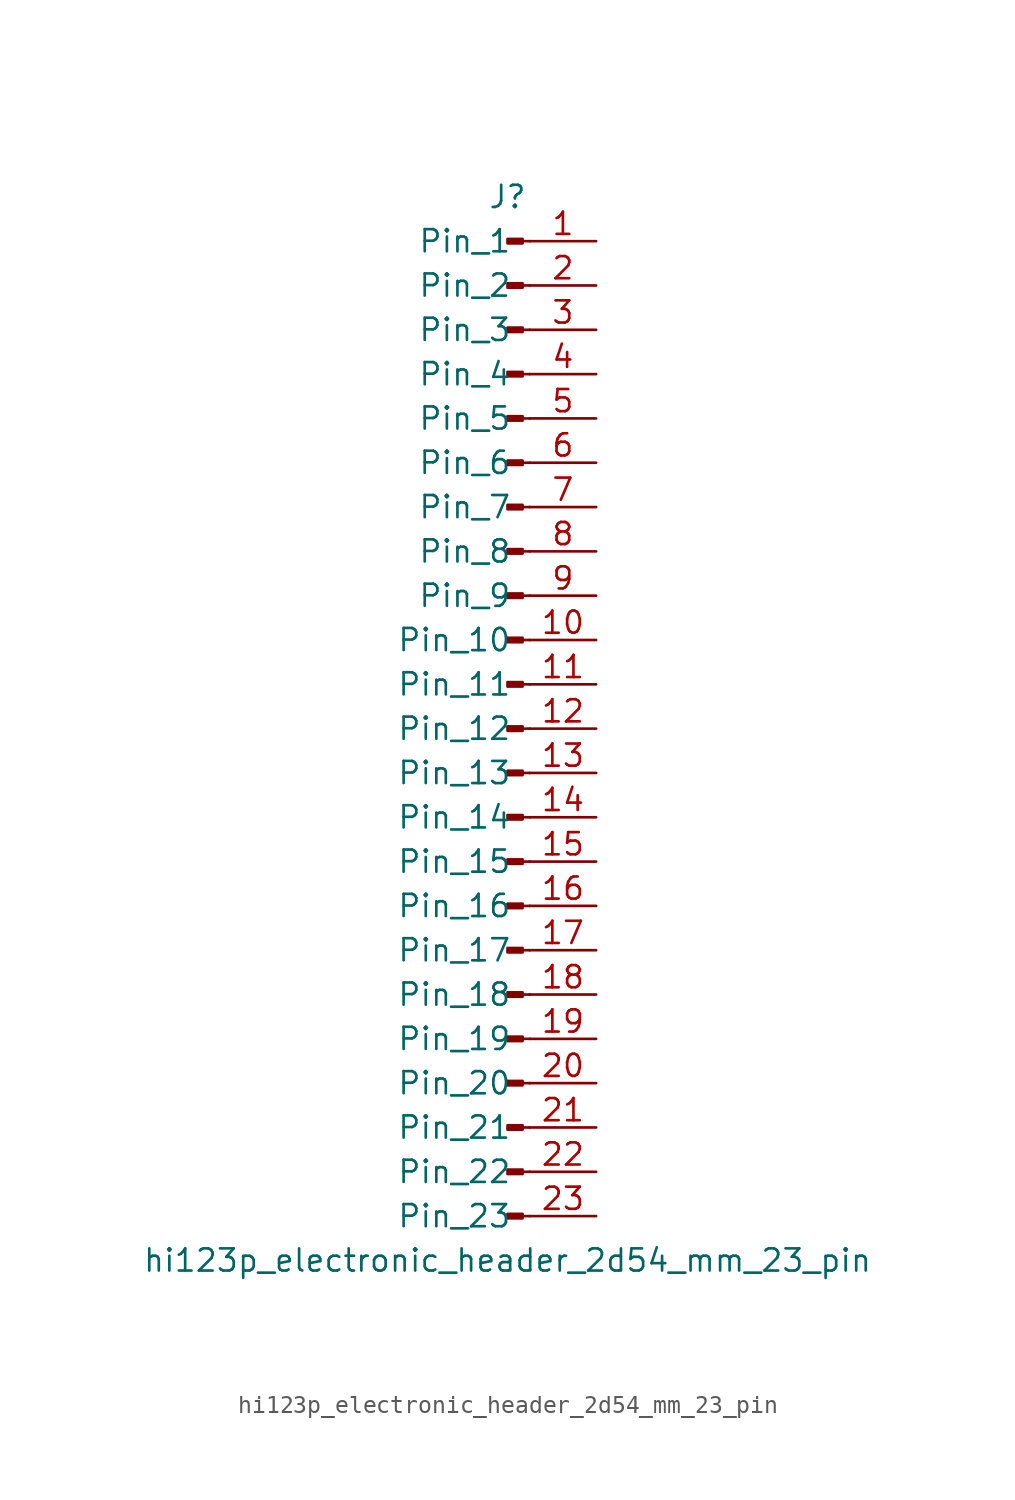
<source format=kicad_sym>
(kicad_symbol_lib
  (version 20220914)
  (generator kicad_symbol_editor)
  (symbol "hi123p_electronic_header_2d54_mm_23_pin"
    (pin_names
      (offset 1.016))
    (property "Reference" "J"
      (at 0 30.48 0)
      (effects (font (size 1.27 1.27))))
    (property "Value" "hi123p_electronic_header_2d54_mm_23_pin"
      (at 0 -30.48 0)
      (effects (font (size 1.27 1.27))))
    (property "ki_locked" ""
      (at 0 0 0)
      (effects (font (size 1.27 1.27))))
    (symbol "hi123p_electronic_header_2d54_mm_23_pin_1_1"
      (polyline (pts (xy 1.27 -27.94) (xy 0.864 -27.94)) (stroke (width 0.152) (type default)) (fill (type none)))
      (polyline (pts (xy 1.27 -25.4) (xy 0.864 -25.4)) (stroke (width 0.152) (type default)) (fill (type none)))
      (polyline (pts (xy 1.27 -22.86) (xy 0.864 -22.86)) (stroke (width 0.152) (type default)) (fill (type none)))
      (polyline (pts (xy 1.27 -20.32) (xy 0.864 -20.32)) (stroke (width 0.152) (type default)) (fill (type none)))
      (polyline (pts (xy 1.27 -17.78) (xy 0.864 -17.78)) (stroke (width 0.152) (type default)) (fill (type none)))
      (polyline (pts (xy 1.27 -15.24) (xy 0.864 -15.24)) (stroke (width 0.152) (type default)) (fill (type none)))
      (polyline (pts (xy 1.27 -12.7) (xy 0.864 -12.7)) (stroke (width 0.152) (type default)) (fill (type none)))
      (polyline (pts (xy 1.27 -10.16) (xy 0.864 -10.16)) (stroke (width 0.152) (type default)) (fill (type none)))
      (polyline (pts (xy 1.27 -7.62) (xy 0.864 -7.62)) (stroke (width 0.152) (type default)) (fill (type none)))
      (polyline (pts (xy 1.27 -5.08) (xy 0.864 -5.08)) (stroke (width 0.152) (type default)) (fill (type none)))
      (polyline (pts (xy 1.27 -2.54) (xy 0.864 -2.54)) (stroke (width 0.152) (type default)) (fill (type none)))
      (polyline (pts (xy 1.27 0) (xy 0.864 0)) (stroke (width 0.152) (type default)) (fill (type none)))
      (polyline (pts (xy 1.27 2.54) (xy 0.864 2.54)) (stroke (width 0.152) (type default)) (fill (type none)))
      (polyline (pts (xy 1.27 5.08) (xy 0.864 5.08)) (stroke (width 0.152) (type default)) (fill (type none)))
      (polyline (pts (xy 1.27 7.62) (xy 0.864 7.62)) (stroke (width 0.152) (type default)) (fill (type none)))
      (polyline (pts (xy 1.27 10.16) (xy 0.864 10.16)) (stroke (width 0.152) (type default)) (fill (type none)))
      (polyline (pts (xy 1.27 12.7) (xy 0.864 12.7)) (stroke (width 0.152) (type default)) (fill (type none)))
      (polyline (pts (xy 1.27 15.24) (xy 0.864 15.24)) (stroke (width 0.152) (type default)) (fill (type none)))
      (polyline (pts (xy 1.27 17.78) (xy 0.864 17.78)) (stroke (width 0.152) (type default)) (fill (type none)))
      (polyline (pts (xy 1.27 20.32) (xy 0.864 20.32)) (stroke (width 0.152) (type default)) (fill (type none)))
      (polyline (pts (xy 1.27 22.86) (xy 0.864 22.86)) (stroke (width 0.152) (type default)) (fill (type none)))
      (polyline (pts (xy 1.27 25.4) (xy 0.864 25.4)) (stroke (width 0.152) (type default)) (fill (type none)))
      (polyline (pts (xy 1.27 27.94) (xy 0.864 27.94)) (stroke (width 0.152) (type default)) (fill (type none)))
      (rectangle (start 0.864 -27.813) (end 0 -28.067) (stroke (width 0.152) (type default)) (fill (type outline)))
      (rectangle (start 0.864 -25.273) (end 0 -25.527) (stroke (width 0.152) (type default)) (fill (type outline)))
      (rectangle (start 0.864 -22.733) (end 0 -22.987) (stroke (width 0.152) (type default)) (fill (type outline)))
      (rectangle (start 0.864 -20.193) (end 0 -20.447) (stroke (width 0.152) (type default)) (fill (type outline)))
      (rectangle (start 0.864 -17.653) (end 0 -17.907) (stroke (width 0.152) (type default)) (fill (type outline)))
      (rectangle (start 0.864 -15.113) (end 0 -15.367) (stroke (width 0.152) (type default)) (fill (type outline)))
      (rectangle (start 0.864 -12.573) (end 0 -12.827) (stroke (width 0.152) (type default)) (fill (type outline)))
      (rectangle (start 0.864 -10.033) (end 0 -10.287) (stroke (width 0.152) (type default)) (fill (type outline)))
      (rectangle (start 0.864 -7.493) (end 0 -7.747) (stroke (width 0.152) (type default)) (fill (type outline)))
      (rectangle (start 0.864 -4.953) (end 0 -5.207) (stroke (width 0.152) (type default)) (fill (type outline)))
      (rectangle (start 0.864 -2.413) (end 0 -2.667) (stroke (width 0.152) (type default)) (fill (type outline)))
      (rectangle (start 0.864 0.127) (end 0 -0.127) (stroke (width 0.152) (type default)) (fill (type outline)))
      (rectangle (start 0.864 2.667) (end 0 2.413) (stroke (width 0.152) (type default)) (fill (type outline)))
      (rectangle (start 0.864 5.207) (end 0 4.953) (stroke (width 0.152) (type default)) (fill (type outline)))
      (rectangle (start 0.864 7.747) (end 0 7.493) (stroke (width 0.152) (type default)) (fill (type outline)))
      (rectangle (start 0.864 10.287) (end 0 10.033) (stroke (width 0.152) (type default)) (fill (type outline)))
      (rectangle (start 0.864 12.827) (end 0 12.573) (stroke (width 0.152) (type default)) (fill (type outline)))
      (rectangle (start 0.864 15.367) (end 0 15.113) (stroke (width 0.152) (type default)) (fill (type outline)))
      (rectangle (start 0.864 17.907) (end 0 17.653) (stroke (width 0.152) (type default)) (fill (type outline)))
      (rectangle (start 0.864 20.447) (end 0 20.193) (stroke (width 0.152) (type default)) (fill (type outline)))
      (rectangle (start 0.864 22.987) (end 0 22.733) (stroke (width 0.152) (type default)) (fill (type outline)))
      (rectangle (start 0.864 25.527) (end 0 25.273) (stroke (width 0.152) (type default)) (fill (type outline)))
      (rectangle (start 0.864 28.067) (end 0 27.813) (stroke (width 0.152) (type default)) (fill (type outline)))
      (pin passive line (at 5.08 27.94 180) (length 3.81) (name "Pin_1" (effects (font (size 1.27 1.27)))) (number "1" (effects (font (size 1.27 1.27)))))
      (pin passive line (at 5.08 5.08 180) (length 3.81) (name "Pin_10" (effects (font (size 1.27 1.27)))) (number "10" (effects (font (size 1.27 1.27)))))
      (pin passive line (at 5.08 2.54 180) (length 3.81) (name "Pin_11" (effects (font (size 1.27 1.27)))) (number "11" (effects (font (size 1.27 1.27)))))
      (pin passive line (at 5.08 0 180) (length 3.81) (name "Pin_12" (effects (font (size 1.27 1.27)))) (number "12" (effects (font (size 1.27 1.27)))))
      (pin passive line (at 5.08 -2.54 180) (length 3.81) (name "Pin_13" (effects (font (size 1.27 1.27)))) (number "13" (effects (font (size 1.27 1.27)))))
      (pin passive line (at 5.08 -5.08 180) (length 3.81) (name "Pin_14" (effects (font (size 1.27 1.27)))) (number "14" (effects (font (size 1.27 1.27)))))
      (pin passive line (at 5.08 -7.62 180) (length 3.81) (name "Pin_15" (effects (font (size 1.27 1.27)))) (number "15" (effects (font (size 1.27 1.27)))))
      (pin passive line (at 5.08 -10.16 180) (length 3.81) (name "Pin_16" (effects (font (size 1.27 1.27)))) (number "16" (effects (font (size 1.27 1.27)))))
      (pin passive line (at 5.08 -12.7 180) (length 3.81) (name "Pin_17" (effects (font (size 1.27 1.27)))) (number "17" (effects (font (size 1.27 1.27)))))
      (pin passive line (at 5.08 -15.24 180) (length 3.81) (name "Pin_18" (effects (font (size 1.27 1.27)))) (number "18" (effects (font (size 1.27 1.27)))))
      (pin passive line (at 5.08 -17.78 180) (length 3.81) (name "Pin_19" (effects (font (size 1.27 1.27)))) (number "19" (effects (font (size 1.27 1.27)))))
      (pin passive line (at 5.08 25.4 180) (length 3.81) (name "Pin_2" (effects (font (size 1.27 1.27)))) (number "2" (effects (font (size 1.27 1.27)))))
      (pin passive line (at 5.08 -20.32 180) (length 3.81) (name "Pin_20" (effects (font (size 1.27 1.27)))) (number "20" (effects (font (size 1.27 1.27)))))
      (pin passive line (at 5.08 -22.86 180) (length 3.81) (name "Pin_21" (effects (font (size 1.27 1.27)))) (number "21" (effects (font (size 1.27 1.27)))))
      (pin passive line (at 5.08 -25.4 180) (length 3.81) (name "Pin_22" (effects (font (size 1.27 1.27)))) (number "22" (effects (font (size 1.27 1.27)))))
      (pin passive line (at 5.08 -27.94 180) (length 3.81) (name "Pin_23" (effects (font (size 1.27 1.27)))) (number "23" (effects (font (size 1.27 1.27)))))
      (pin passive line (at 5.08 22.86 180) (length 3.81) (name "Pin_3" (effects (font (size 1.27 1.27)))) (number "3" (effects (font (size 1.27 1.27)))))
      (pin passive line (at 5.08 20.32 180) (length 3.81) (name "Pin_4" (effects (font (size 1.27 1.27)))) (number "4" (effects (font (size 1.27 1.27)))))
      (pin passive line (at 5.08 17.78 180) (length 3.81) (name "Pin_5" (effects (font (size 1.27 1.27)))) (number "5" (effects (font (size 1.27 1.27)))))
      (pin passive line (at 5.08 15.24 180) (length 3.81) (name "Pin_6" (effects (font (size 1.27 1.27)))) (number "6" (effects (font (size 1.27 1.27)))))
      (pin passive line (at 5.08 12.7 180) (length 3.81) (name "Pin_7" (effects (font (size 1.27 1.27)))) (number "7" (effects (font (size 1.27 1.27)))))
      (pin passive line (at 5.08 10.16 180) (length 3.81) (name "Pin_8" (effects (font (size 1.27 1.27)))) (number "8" (effects (font (size 1.27 1.27)))))
      (pin passive line (at 5.08 7.62 180) (length 3.81) (name "Pin_9" (effects (font (size 1.27 1.27)))) (number "9" (effects (font (size 1.27 1.27))))))))
</source>
